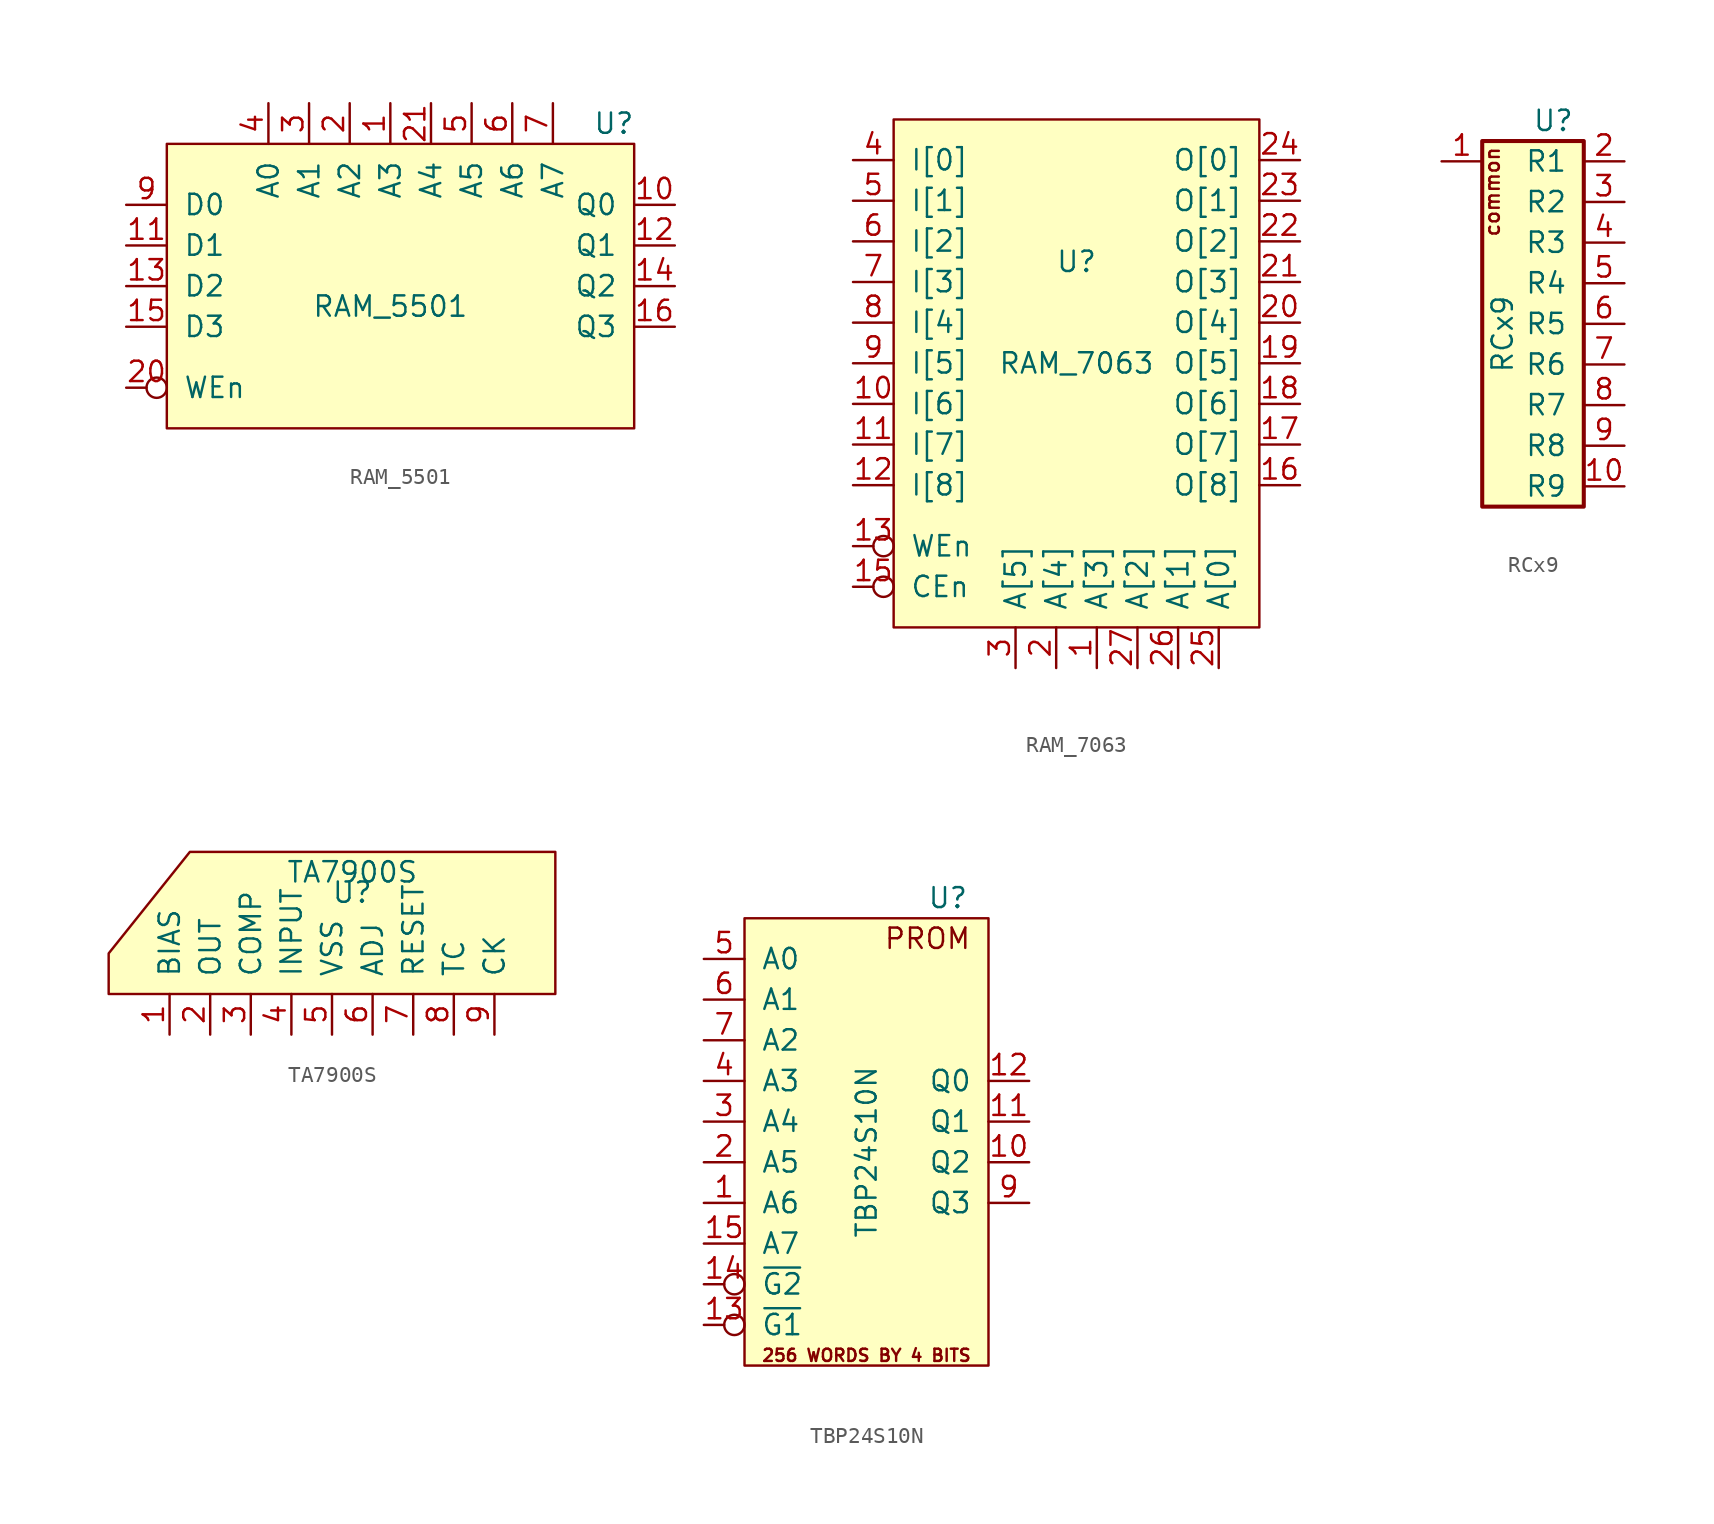
<source format=kicad_sym>
(kicad_symbol_lib
  (version 20231120)
  (generator "kicad_symbol_editor")
  (generator_version "8.0")
  (symbol "RAM_5501"
    (pin_names
      (offset 1.016))
    (property "Reference" "U"
      (at 13.97 10.16 0)
      (effects (font (size 1.27 1.27))))
    (property "Value" "RAM_5501"
      (at 0 -1.27 0)
      (effects (font (size 1.27 1.27))))
    (symbol "RAM_5501_0_1"
      (rectangle (start 15.24 8.89) (end -13.97 -8.89) (stroke (width 0) (type default)) (fill (type background))))
    (symbol "RAM_5501_1_1"
      (pin input line (at 0 11.43 270) (length 2.54) (name "A3" (effects (font (size 1.27 1.27)))) (number "1" (effects (font (size 1.27 1.27)))))
      (pin output line (at 17.78 5.08 180) (length 2.54) (name "Q0" (effects (font (size 1.27 1.27)))) (number "10" (effects (font (size 1.27 1.27)))))
      (pin input line (at -16.51 2.54 0) (length 2.54) (name "D1" (effects (font (size 1.27 1.27)))) (number "11" (effects (font (size 1.27 1.27)))))
      (pin output line (at 17.78 2.54 180) (length 2.54) (name "Q1" (effects (font (size 1.27 1.27)))) (number "12" (effects (font (size 1.27 1.27)))))
      (pin input line (at -16.51 0 0) (length 2.54) (name "D2" (effects (font (size 1.27 1.27)))) (number "13" (effects (font (size 1.27 1.27)))))
      (pin output line (at 17.78 0 180) (length 2.54) (name "Q2" (effects (font (size 1.27 1.27)))) (number "14" (effects (font (size 1.27 1.27)))))
      (pin input line (at -16.51 -2.54 0) (length 2.54) (name "D3" (effects (font (size 1.27 1.27)))) (number "15" (effects (font (size 1.27 1.27)))))
      (pin output line (at 17.78 -2.54 180) (length 2.54) (name "Q3" (effects (font (size 1.27 1.27)))) (number "16" (effects (font (size 1.27 1.27)))))
      (pin input line (at -2.54 11.43 270) (length 2.54) (name "A2" (effects (font (size 1.27 1.27)))) (number "2" (effects (font (size 1.27 1.27)))))
      (pin input inverted (at -16.51 -6.35 0) (length 2.54) (name "WEn" (effects (font (size 1.27 1.27)))) (number "20" (effects (font (size 1.27 1.27)))))
      (pin input line (at 2.54 11.43 270) (length 2.54) (name "A4" (effects (font (size 1.27 1.27)))) (number "21" (effects (font (size 1.27 1.27)))))
      (pin input line (at -5.08 11.43 270) (length 2.54) (name "A1" (effects (font (size 1.27 1.27)))) (number "3" (effects (font (size 1.27 1.27)))))
      (pin input line (at -7.62 11.43 270) (length 2.54) (name "A0" (effects (font (size 1.27 1.27)))) (number "4" (effects (font (size 1.27 1.27)))))
      (pin input line (at 5.08 11.43 270) (length 2.54) (name "A5" (effects (font (size 1.27 1.27)))) (number "5" (effects (font (size 1.27 1.27)))))
      (pin input line (at 7.62 11.43 270) (length 2.54) (name "A6" (effects (font (size 1.27 1.27)))) (number "6" (effects (font (size 1.27 1.27)))))
      (pin input line (at 10.16 11.43 270) (length 2.54) (name "A7" (effects (font (size 1.27 1.27)))) (number "7" (effects (font (size 1.27 1.27)))))
      (pin input line (at -16.51 5.08 0) (length 2.54) (name "D0" (effects (font (size 1.27 1.27)))) (number "9" (effects (font (size 1.27 1.27)))))))
  (symbol "RAM_7063"
    (pin_names
      (offset 1.016))
    (property "Reference" "U"
      (at 0 6.35 0)
      (effects (font (size 1.27 1.27))))
    (property "Value" "RAM_7063"
      (at 0 0 0)
      (effects (font (size 1.27 1.27))))
    (symbol "RAM_7063_0_1"
      (rectangle (start -11.43 15.24) (end 11.43 -16.51) (stroke (width 0) (type default)) (fill (type background))))
    (symbol "RAM_7063_1_1"
      (pin output line (at 1.27 -19.05 90) (length 2.54) (name "A[3]" (effects (font (size 1.27 1.27)))) (number "1" (effects (font (size 1.27 1.27)))))
      (pin input line (at -13.97 -2.54 0) (length 2.54) (name "I[6]" (effects (font (size 1.27 1.27)))) (number "10" (effects (font (size 1.27 1.27)))))
      (pin input line (at -13.97 -5.08 0) (length 2.54) (name "I[7]" (effects (font (size 1.27 1.27)))) (number "11" (effects (font (size 1.27 1.27)))))
      (pin input line (at -13.97 -7.62 0) (length 2.54) (name "I[8]" (effects (font (size 1.27 1.27)))) (number "12" (effects (font (size 1.27 1.27)))))
      (pin input inverted (at -13.97 -11.43 0) (length 2.54) (name "WEn" (effects (font (size 1.27 1.27)))) (number "13" (effects (font (size 1.27 1.27)))))
      (pin input inverted (at -13.97 -13.97 0) (length 2.54) (name "CEn" (effects (font (size 1.27 1.27)))) (number "15" (effects (font (size 1.27 1.27)))))
      (pin output line (at 13.97 -7.62 180) (length 2.54) (name "O[8]" (effects (font (size 1.27 1.27)))) (number "16" (effects (font (size 1.27 1.27)))))
      (pin output line (at 13.97 -5.08 180) (length 2.54) (name "O[7]" (effects (font (size 1.27 1.27)))) (number "17" (effects (font (size 1.27 1.27)))))
      (pin output line (at 13.97 -2.54 180) (length 2.54) (name "O[6]" (effects (font (size 1.27 1.27)))) (number "18" (effects (font (size 1.27 1.27)))))
      (pin output line (at 13.97 0 180) (length 2.54) (name "O[5]" (effects (font (size 1.27 1.27)))) (number "19" (effects (font (size 1.27 1.27)))))
      (pin output line (at -1.27 -19.05 90) (length 2.54) (name "A[4]" (effects (font (size 1.27 1.27)))) (number "2" (effects (font (size 1.27 1.27)))))
      (pin output line (at 13.97 2.54 180) (length 2.54) (name "O[4]" (effects (font (size 1.27 1.27)))) (number "20" (effects (font (size 1.27 1.27)))))
      (pin output line (at 13.97 5.08 180) (length 2.54) (name "O[3]" (effects (font (size 1.27 1.27)))) (number "21" (effects (font (size 1.27 1.27)))))
      (pin output line (at 13.97 7.62 180) (length 2.54) (name "O[2]" (effects (font (size 1.27 1.27)))) (number "22" (effects (font (size 1.27 1.27)))))
      (pin output line (at 13.97 10.16 180) (length 2.54) (name "O[1]" (effects (font (size 1.27 1.27)))) (number "23" (effects (font (size 1.27 1.27)))))
      (pin output line (at 13.97 12.7 180) (length 2.54) (name "O[0]" (effects (font (size 1.27 1.27)))) (number "24" (effects (font (size 1.27 1.27)))))
      (pin output line (at 8.89 -19.05 90) (length 2.54) (name "A[0]" (effects (font (size 1.27 1.27)))) (number "25" (effects (font (size 1.27 1.27)))))
      (pin output line (at 6.35 -19.05 90) (length 2.54) (name "A[1]" (effects (font (size 1.27 1.27)))) (number "26" (effects (font (size 1.27 1.27)))))
      (pin output line (at 3.81 -19.05 90) (length 2.54) (name "A[2]" (effects (font (size 1.27 1.27)))) (number "27" (effects (font (size 1.27 1.27)))))
      (pin output line (at -3.81 -19.05 90) (length 2.54) (name "A[5]" (effects (font (size 1.27 1.27)))) (number "3" (effects (font (size 1.27 1.27)))))
      (pin input line (at -13.97 12.7 0) (length 2.54) (name "I[0]" (effects (font (size 1.27 1.27)))) (number "4" (effects (font (size 1.27 1.27)))))
      (pin input line (at -13.97 10.16 0) (length 2.54) (name "I[1]" (effects (font (size 1.27 1.27)))) (number "5" (effects (font (size 1.27 1.27)))))
      (pin input line (at -13.97 7.62 0) (length 2.54) (name "I[2]" (effects (font (size 1.27 1.27)))) (number "6" (effects (font (size 1.27 1.27)))))
      (pin input line (at -13.97 5.08 0) (length 2.54) (name "I[3]" (effects (font (size 1.27 1.27)))) (number "7" (effects (font (size 1.27 1.27)))))
      (pin input line (at -13.97 2.54 0) (length 2.54) (name "I[4]" (effects (font (size 1.27 1.27)))) (number "8" (effects (font (size 1.27 1.27)))))
      (pin input line (at -13.97 0 0) (length 2.54) (name "I[5]" (effects (font (size 1.27 1.27)))) (number "9" (effects (font (size 1.27 1.27)))))))
  (symbol "RCx9"
    (pin_names
      (offset 1.016))
    (property "Reference" "U"
      (at 1.27 12.7 0)
      (effects (font (size 1.27 1.27))))
    (property "Value" "RCx9"
      (at -1.905 -0.635 90)
      (effects (font (size 1.27 1.27))))
    (symbol "RCx9_0_0"
      (text "common" (at -2.54 8.255 900) (effects (font (size 0.889 0.889)))))
    (symbol "RCx9_1_1"
      (rectangle (start 3.175 11.43) (end -3.175 -11.43) (stroke (width 0.254) (type default)) (fill (type background)))
      (pin passive line (at -5.715 10.16 0) (length 2.54) (name "~" (effects (font (size 1.27 1.27)))) (number "1" (effects (font (size 1.27 1.27)))))
      (pin passive line (at 5.715 -10.16 180) (length 2.54) (name "R9" (effects (font (size 1.27 1.27)))) (number "10" (effects (font (size 1.27 1.27)))))
      (pin passive line (at 5.715 10.16 180) (length 2.54) (name "R1" (effects (font (size 1.27 1.27)))) (number "2" (effects (font (size 1.27 1.27)))))
      (pin passive line (at 5.715 7.62 180) (length 2.54) (name "R2" (effects (font (size 1.27 1.27)))) (number "3" (effects (font (size 1.27 1.27)))))
      (pin passive line (at 5.715 5.08 180) (length 2.54) (name "R3" (effects (font (size 1.27 1.27)))) (number "4" (effects (font (size 1.27 1.27)))))
      (pin passive line (at 5.715 2.54 180) (length 2.54) (name "R4" (effects (font (size 1.27 1.27)))) (number "5" (effects (font (size 1.27 1.27)))))
      (pin passive line (at 5.715 0 180) (length 2.54) (name "R5" (effects (font (size 1.27 1.27)))) (number "6" (effects (font (size 1.27 1.27)))))
      (pin passive line (at 5.715 -2.54 180) (length 2.54) (name "R6" (effects (font (size 1.27 1.27)))) (number "7" (effects (font (size 1.27 1.27)))))
      (pin passive line (at 5.715 -5.08 180) (length 2.54) (name "R7" (effects (font (size 1.27 1.27)))) (number "8" (effects (font (size 1.27 1.27)))))
      (pin passive line (at 5.715 -7.62 180) (length 2.54) (name "R8" (effects (font (size 1.27 1.27)))) (number "9" (effects (font (size 1.27 1.27)))))))
  (symbol "TA7900S"
    (pin_names
      (offset 1.016))
    (property "Reference" "U"
      (at 3.81 3.81 0)
      (effects (font (size 1.27 1.27))))
    (property "Value" "TA7900S"
      (at 3.81 5.08 0)
      (effects (font (size 1.27 1.27))))
    (symbol "TA7900S_0_1"
      (polyline (pts (xy -11.43 -2.54) (xy 16.51 -2.54) (xy 16.51 6.35) (xy -6.35 6.35) (xy -11.43 0) (xy -11.43 -2.54)) (stroke (width 0) (type default)) (fill (type background))))
    (symbol "TA7900S_1_1"
      (pin input line (at -7.62 -5.08 90) (length 2.54) (name "BIAS" (effects (font (size 1.27 1.27)))) (number "1" (effects (font (size 1.27 1.27)))))
      (pin input line (at -5.08 -5.08 90) (length 2.54) (name "OUT" (effects (font (size 1.27 1.27)))) (number "2" (effects (font (size 1.27 1.27)))))
      (pin input line (at -2.54 -5.08 90) (length 2.54) (name "COMP" (effects (font (size 1.27 1.27)))) (number "3" (effects (font (size 1.27 1.27)))))
      (pin power_in line (at 0 -5.08 90) (length 2.54) (name "INPUT" (effects (font (size 1.27 1.27)))) (number "4" (effects (font (size 1.27 1.27)))))
      (pin input line (at 2.54 -5.08 90) (length 2.54) (name "VSS" (effects (font (size 1.27 1.27)))) (number "5" (effects (font (size 1.27 1.27)))))
      (pin input line (at 5.08 -5.08 90) (length 2.54) (name "ADJ" (effects (font (size 1.27 1.27)))) (number "6" (effects (font (size 1.27 1.27)))))
      (pin output line (at 7.62 -5.08 90) (length 2.54) (name "RESET" (effects (font (size 1.27 1.27)))) (number "7" (effects (font (size 1.27 1.27)))))
      (pin input line (at 10.16 -5.08 90) (length 2.54) (name "TC" (effects (font (size 1.27 1.27)))) (number "8" (effects (font (size 1.27 1.27)))))
      (pin input line (at 12.7 -5.08 90) (length 2.54) (name "CK" (effects (font (size 1.27 1.27)))) (number "9" (effects (font (size 1.27 1.27)))))))
  (symbol "TBP24S10N"
    (pin_names
      (offset 1.016))
    (property "Reference" "U"
      (at 5.08 15.24 0)
      (effects (font (size 1.245 1.245))))
    (property "Value" "TBP24S10N"
      (at 0 -0.635 90)
      (effects (font (size 1.245 1.245))))
    (symbol "TBP24S10N_0_0"
      (text "256 WORDS BY 4 BITS" (at 0 -13.335 0) (effects (font (size 0.762 0.762))))
      (text "PROM" (at 3.81 12.7 0) (effects (font (size 1.27 1.27)))))
    (symbol "TBP24S10N_0_1"
      (rectangle (start -7.62 13.97) (end 7.62 -13.97) (stroke (width 0) (type default)) (fill (type background))))
    (symbol "TBP24S10N_1_0"
      (pin power_in line (at 0 13.97 270) (length 5.08) hide (name "VCC" (effects (font (size 1.27 1.27)))) (number "16" (effects (font (size 1.27 1.27)))))
      (pin power_in line (at 0 -13.97 90) (length 5.08) hide (name "VSS" (effects (font (size 1.27 1.27)))) (number "8" (effects (font (size 1.27 1.27))))))
    (symbol "TBP24S10N_1_1"
      (pin input line (at -10.16 -3.81 0) (length 2.54) (name "A6" (effects (font (size 1.27 1.27)))) (number "1" (effects (font (size 1.27 1.27)))))
      (pin output line (at 10.16 -1.27 180) (length 2.54) (name "Q2" (effects (font (size 1.27 1.27)))) (number "10" (effects (font (size 1.27 1.27)))))
      (pin output line (at 10.16 1.27 180) (length 2.54) (name "Q1" (effects (font (size 1.27 1.27)))) (number "11" (effects (font (size 1.27 1.27)))))
      (pin output line (at 10.16 3.81 180) (length 2.54) (name "Q0" (effects (font (size 1.27 1.27)))) (number "12" (effects (font (size 1.27 1.27)))))
      (pin input inverted (at -10.16 -11.43 0) (length 2.54) (name "~{G1}" (effects (font (size 1.27 1.27)))) (number "13" (effects (font (size 1.27 1.27)))))
      (pin input inverted (at -10.16 -8.89 0) (length 2.54) (name "~{G2}" (effects (font (size 1.27 1.27)))) (number "14" (effects (font (size 1.27 1.27)))))
      (pin input line (at -10.16 -6.35 0) (length 2.54) (name "A7" (effects (font (size 1.27 1.27)))) (number "15" (effects (font (size 1.27 1.27)))))
      (pin input line (at -10.16 -1.27 0) (length 2.54) (name "A5" (effects (font (size 1.27 1.27)))) (number "2" (effects (font (size 1.27 1.27)))))
      (pin input line (at -10.16 1.27 0) (length 2.54) (name "A4" (effects (font (size 1.27 1.27)))) (number "3" (effects (font (size 1.27 1.27)))))
      (pin input line (at -10.16 3.81 0) (length 2.54) (name "A3" (effects (font (size 1.27 1.27)))) (number "4" (effects (font (size 1.27 1.27)))))
      (pin input line (at -10.16 11.43 0) (length 2.54) (name "A0" (effects (font (size 1.27 1.27)))) (number "5" (effects (font (size 1.27 1.27)))))
      (pin input line (at -10.16 8.89 0) (length 2.54) (name "A1" (effects (font (size 1.27 1.27)))) (number "6" (effects (font (size 1.27 1.27)))))
      (pin input line (at -10.16 6.35 0) (length 2.54) (name "A2" (effects (font (size 1.27 1.27)))) (number "7" (effects (font (size 1.27 1.27)))))
      (pin output line (at 10.16 -3.81 180) (length 2.54) (name "Q3" (effects (font (size 1.27 1.27)))) (number "9" (effects (font (size 1.27 1.27))))))))
</source>
